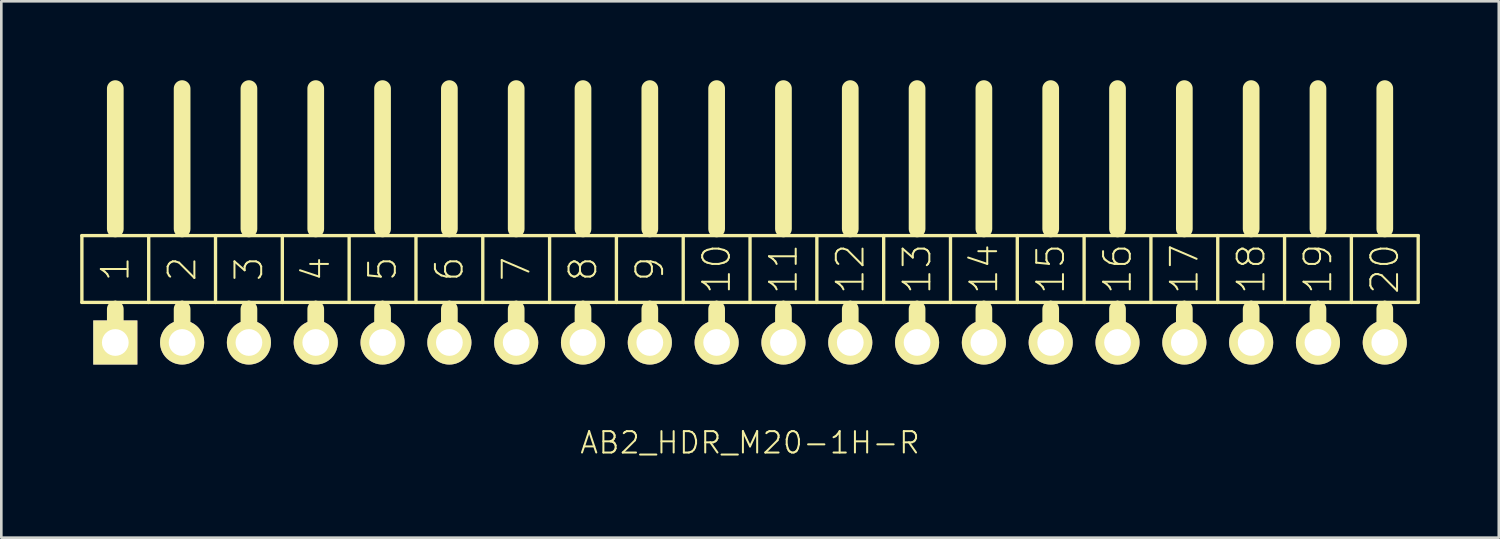
<source format=kicad_pcb>
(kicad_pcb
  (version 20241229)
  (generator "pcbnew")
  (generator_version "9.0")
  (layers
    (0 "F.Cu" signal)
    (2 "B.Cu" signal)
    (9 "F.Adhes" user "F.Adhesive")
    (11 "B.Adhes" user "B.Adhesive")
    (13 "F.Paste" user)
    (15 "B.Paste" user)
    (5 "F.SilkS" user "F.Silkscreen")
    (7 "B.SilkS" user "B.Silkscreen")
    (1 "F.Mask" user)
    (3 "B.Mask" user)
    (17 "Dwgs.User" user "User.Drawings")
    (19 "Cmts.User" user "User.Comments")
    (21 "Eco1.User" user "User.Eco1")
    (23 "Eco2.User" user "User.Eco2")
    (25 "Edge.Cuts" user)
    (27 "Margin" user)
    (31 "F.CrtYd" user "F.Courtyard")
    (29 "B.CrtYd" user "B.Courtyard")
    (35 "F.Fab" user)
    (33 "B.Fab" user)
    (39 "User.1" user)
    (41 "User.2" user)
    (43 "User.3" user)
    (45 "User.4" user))
  (footprint "AB2_HDR_M20-1H-R"
    (layer "F.Cu")
    (at 25.463 9.97)
    (property "Reference" "AB2_HDR_M20-1H-R" (at 0 3.81 0) (layer "F.SilkS") (effects (font (size 0.813 0.813) (thickness 0.076))))
    (attr through_hole)
    (fp_line (start -25.4 -4.064) (end -25.4 -1.524) (stroke (width 0.127) (type solid)) (layer "F.SilkS"))
    (fp_line (start -25.4 -1.524) (end -24.13 -1.524) (stroke (width 0.127) (type solid)) (layer "F.SilkS"))
    (fp_line (start -24.13 -4.318) (end -24.13 -9.652) (stroke (width 0.635) (type solid)) (layer "F.SilkS"))
    (fp_line (start -24.13 -1.524) (end -22.86 -1.524) (stroke (width 0.127) (type solid)) (layer "F.SilkS"))
    (fp_line (start -24.13 -1.27) (end -24.13 0) (stroke (width 0.635) (type solid)) (layer "F.SilkS"))
    (fp_line (start -22.86 -4.064) (end -25.4 -4.064) (stroke (width 0.127) (type solid)) (layer "F.SilkS"))
    (fp_line (start -22.86 -1.524) (end -22.86 -4.064) (stroke (width 0.127) (type solid)) (layer "F.SilkS"))
    (fp_line (start -22.86 -1.524) (end -21.59 -1.524) (stroke (width 0.127) (type solid)) (layer "F.SilkS"))
    (fp_line (start -21.59 -4.318) (end -21.59 -9.652) (stroke (width 0.635) (type solid)) (layer "F.SilkS"))
    (fp_line (start -21.59 -1.524) (end -20.32 -1.524) (stroke (width 0.127) (type solid)) (layer "F.SilkS"))
    (fp_line (start -21.59 -1.27) (end -21.59 0) (stroke (width 0.635) (type solid)) (layer "F.SilkS"))
    (fp_line (start -20.32 -4.064) (end -22.86 -4.064) (stroke (width 0.127) (type solid)) (layer "F.SilkS"))
    (fp_line (start -20.32 -1.524) (end -20.32 -4.064) (stroke (width 0.127) (type solid)) (layer "F.SilkS"))
    (fp_line (start -20.32 -1.524) (end -19.05 -1.524) (stroke (width 0.127) (type solid)) (layer "F.SilkS"))
    (fp_line (start -19.05 -4.318) (end -19.05 -9.652) (stroke (width 0.635) (type solid)) (layer "F.SilkS"))
    (fp_line (start -19.05 -1.524) (end -17.78 -1.524) (stroke (width 0.127) (type solid)) (layer "F.SilkS"))
    (fp_line (start -19.05 -1.27) (end -19.05 0) (stroke (width 0.635) (type solid)) (layer "F.SilkS"))
    (fp_line (start -17.78 -4.064) (end -20.32 -4.064) (stroke (width 0.127) (type solid)) (layer "F.SilkS"))
    (fp_line (start -17.78 -1.524) (end -17.78 -4.064) (stroke (width 0.127) (type solid)) (layer "F.SilkS"))
    (fp_line (start -17.78 -1.524) (end -16.51 -1.524) (stroke (width 0.127) (type solid)) (layer "F.SilkS"))
    (fp_line (start -16.51 -4.318) (end -16.51 -9.652) (stroke (width 0.635) (type solid)) (layer "F.SilkS"))
    (fp_line (start -16.51 -1.524) (end -15.24 -1.524) (stroke (width 0.127) (type solid)) (layer "F.SilkS"))
    (fp_line (start -16.51 -1.27) (end -16.51 0) (stroke (width 0.635) (type solid)) (layer "F.SilkS"))
    (fp_line (start -15.24 -4.064) (end -17.78 -4.064) (stroke (width 0.127) (type solid)) (layer "F.SilkS"))
    (fp_line (start -15.24 -1.524) (end -15.24 -4.064) (stroke (width 0.127) (type solid)) (layer "F.SilkS"))
    (fp_line (start -15.24 -1.524) (end -13.97 -1.524) (stroke (width 0.127) (type solid)) (layer "F.SilkS"))
    (fp_line (start -13.97 -4.318) (end -13.97 -9.652) (stroke (width 0.635) (type solid)) (layer "F.SilkS"))
    (fp_line (start -13.97 -1.524) (end -12.7 -1.524) (stroke (width 0.127) (type solid)) (layer "F.SilkS"))
    (fp_line (start -13.97 -1.27) (end -13.97 0) (stroke (width 0.635) (type solid)) (layer "F.SilkS"))
    (fp_line (start -12.7 -4.064) (end -15.24 -4.064) (stroke (width 0.127) (type solid)) (layer "F.SilkS"))
    (fp_line (start -12.7 -1.524) (end -12.7 -4.064) (stroke (width 0.127) (type solid)) (layer "F.SilkS"))
    (fp_line (start -12.7 -1.524) (end -11.43 -1.524) (stroke (width 0.127) (type solid)) (layer "F.SilkS"))
    (fp_line (start -11.43 -4.318) (end -11.43 -9.652) (stroke (width 0.635) (type solid)) (layer "F.SilkS"))
    (fp_line (start -11.43 -1.524) (end -10.16 -1.524) (stroke (width 0.127) (type solid)) (layer "F.SilkS"))
    (fp_line (start -11.43 -1.27) (end -11.43 0) (stroke (width 0.635) (type solid)) (layer "F.SilkS"))
    (fp_line (start -10.16 -4.064) (end -12.7 -4.064) (stroke (width 0.127) (type solid)) (layer "F.SilkS"))
    (fp_line (start -10.16 -1.524) (end -10.16 -4.064) (stroke (width 0.127) (type solid)) (layer "F.SilkS"))
    (fp_line (start -10.16 -1.524) (end -8.89 -1.524) (stroke (width 0.127) (type solid)) (layer "F.SilkS"))
    (fp_line (start -8.89 -4.318) (end -8.89 -9.652) (stroke (width 0.635) (type solid)) (layer "F.SilkS"))
    (fp_line (start -8.89 -1.524) (end -7.62 -1.524) (stroke (width 0.127) (type solid)) (layer "F.SilkS"))
    (fp_line (start -8.89 -1.27) (end -8.89 0) (stroke (width 0.635) (type solid)) (layer "F.SilkS"))
    (fp_line (start -7.62 -4.064) (end -10.16 -4.064) (stroke (width 0.127) (type solid)) (layer "F.SilkS"))
    (fp_line (start -7.62 -1.524) (end -7.62 -4.064) (stroke (width 0.127) (type solid)) (layer "F.SilkS"))
    (fp_line (start -7.62 -1.524) (end -6.35 -1.524) (stroke (width 0.127) (type solid)) (layer "F.SilkS"))
    (fp_line (start -6.35 -4.318) (end -6.35 -9.652) (stroke (width 0.635) (type solid)) (layer "F.SilkS"))
    (fp_line (start -6.35 -1.524) (end -5.08 -1.524) (stroke (width 0.127) (type solid)) (layer "F.SilkS"))
    (fp_line (start -6.35 -1.27) (end -6.35 0) (stroke (width 0.635) (type solid)) (layer "F.SilkS"))
    (fp_line (start -5.08 -4.064) (end -7.62 -4.064) (stroke (width 0.127) (type solid)) (layer "F.SilkS"))
    (fp_line (start -5.08 -1.524) (end -5.08 -4.064) (stroke (width 0.127) (type solid)) (layer "F.SilkS"))
    (fp_line (start -5.08 -1.524) (end -3.81 -1.524) (stroke (width 0.127) (type solid)) (layer "F.SilkS"))
    (fp_line (start -3.81 -4.318) (end -3.81 -9.652) (stroke (width 0.635) (type solid)) (layer "F.SilkS"))
    (fp_line (start -3.81 -1.524) (end -2.54 -1.524) (stroke (width 0.127) (type solid)) (layer "F.SilkS"))
    (fp_line (start -3.81 -1.27) (end -3.81 0) (stroke (width 0.635) (type solid)) (layer "F.SilkS"))
    (fp_line (start -2.54 -4.064) (end -5.08 -4.064) (stroke (width 0.127) (type solid)) (layer "F.SilkS"))
    (fp_line (start -2.54 -1.524) (end -2.54 -4.064) (stroke (width 0.127) (type solid)) (layer "F.SilkS"))
    (fp_line (start -2.54 -1.524) (end -1.27 -1.524) (stroke (width 0.127) (type solid)) (layer "F.SilkS"))
    (fp_line (start -1.27 -4.318) (end -1.27 -9.652) (stroke (width 0.635) (type solid)) (layer "F.SilkS"))
    (fp_line (start -1.27 -1.524) (end 0 -1.524) (stroke (width 0.127) (type solid)) (layer "F.SilkS"))
    (fp_line (start -1.27 -1.27) (end -1.27 0) (stroke (width 0.635) (type solid)) (layer "F.SilkS"))
    (fp_line (start 0 -4.064) (end -2.54 -4.064) (stroke (width 0.127) (type solid)) (layer "F.SilkS"))
    (fp_line (start 0 -1.524) (end 0 -4.064) (stroke (width 0.127) (type solid)) (layer "F.SilkS"))
    (fp_line (start 0 -1.524) (end 1.27 -1.524) (stroke (width 0.127) (type solid)) (layer "F.SilkS"))
    (fp_line (start 1.27 -4.318) (end 1.27 -9.652) (stroke (width 0.635) (type solid)) (layer "F.SilkS"))
    (fp_line (start 1.27 -1.524) (end 2.54 -1.524) (stroke (width 0.127) (type solid)) (layer "F.SilkS"))
    (fp_line (start 1.27 -1.27) (end 1.27 0) (stroke (width 0.635) (type solid)) (layer "F.SilkS"))
    (fp_line (start 2.54 -4.064) (end 0 -4.064) (stroke (width 0.127) (type solid)) (layer "F.SilkS"))
    (fp_line (start 2.54 -1.524) (end 2.54 -4.064) (stroke (width 0.127) (type solid)) (layer "F.SilkS"))
    (fp_line (start 2.54 -1.524) (end 3.81 -1.524) (stroke (width 0.127) (type solid)) (layer "F.SilkS"))
    (fp_line (start 3.81 -4.318) (end 3.81 -9.652) (stroke (width 0.635) (type solid)) (layer "F.SilkS"))
    (fp_line (start 3.81 -1.524) (end 5.08 -1.524) (stroke (width 0.127) (type solid)) (layer "F.SilkS"))
    (fp_line (start 3.81 -1.27) (end 3.81 0) (stroke (width 0.635) (type solid)) (layer "F.SilkS"))
    (fp_line (start 5.08 -4.064) (end 2.54 -4.064) (stroke (width 0.127) (type solid)) (layer "F.SilkS"))
    (fp_line (start 5.08 -1.524) (end 5.08 -4.064) (stroke (width 0.127) (type solid)) (layer "F.SilkS"))
    (fp_line (start 5.08 -1.524) (end 6.35 -1.524) (stroke (width 0.127) (type solid)) (layer "F.SilkS"))
    (fp_line (start 6.35 -4.318) (end 6.35 -9.652) (stroke (width 0.635) (type solid)) (layer "F.SilkS"))
    (fp_line (start 6.35 -1.524) (end 7.62 -1.524) (stroke (width 0.127) (type solid)) (layer "F.SilkS"))
    (fp_line (start 6.35 -1.27) (end 6.35 0) (stroke (width 0.635) (type solid)) (layer "F.SilkS"))
    (fp_line (start 7.62 -4.064) (end 5.08 -4.064) (stroke (width 0.127) (type solid)) (layer "F.SilkS"))
    (fp_line (start 7.62 -1.524) (end 7.62 -4.064) (stroke (width 0.127) (type solid)) (layer "F.SilkS"))
    (fp_line (start 7.62 -1.524) (end 8.89 -1.524) (stroke (width 0.127) (type solid)) (layer "F.SilkS"))
    (fp_line (start 8.89 -4.318) (end 8.89 -9.652) (stroke (width 0.635) (type solid)) (layer "F.SilkS"))
    (fp_line (start 8.89 -1.524) (end 10.16 -1.524) (stroke (width 0.127) (type solid)) (layer "F.SilkS"))
    (fp_line (start 8.89 -1.27) (end 8.89 0) (stroke (width 0.635) (type solid)) (layer "F.SilkS"))
    (fp_line (start 10.16 -4.064) (end 7.62 -4.064) (stroke (width 0.127) (type solid)) (layer "F.SilkS"))
    (fp_line (start 10.16 -1.524) (end 10.16 -4.064) (stroke (width 0.127) (type solid)) (layer "F.SilkS"))
    (fp_line (start 10.16 -1.524) (end 11.43 -1.524) (stroke (width 0.127) (type solid)) (layer "F.SilkS"))
    (fp_line (start 11.43 -4.318) (end 11.43 -9.652) (stroke (width 0.635) (type solid)) (layer "F.SilkS"))
    (fp_line (start 11.43 -1.524) (end 12.7 -1.524) (stroke (width 0.127) (type solid)) (layer "F.SilkS"))
    (fp_line (start 11.43 -1.27) (end 11.43 0) (stroke (width 0.635) (type solid)) (layer "F.SilkS"))
    (fp_line (start 12.7 -4.064) (end 10.16 -4.064) (stroke (width 0.127) (type solid)) (layer "F.SilkS"))
    (fp_line (start 12.7 -1.524) (end 12.7 -4.064) (stroke (width 0.127) (type solid)) (layer "F.SilkS"))
    (fp_line (start 12.7 -1.524) (end 13.97 -1.524) (stroke (width 0.127) (type solid)) (layer "F.SilkS"))
    (fp_line (start 13.97 -4.318) (end 13.97 -9.652) (stroke (width 0.635) (type solid)) (layer "F.SilkS"))
    (fp_line (start 13.97 -1.524) (end 15.24 -1.524) (stroke (width 0.127) (type solid)) (layer "F.SilkS"))
    (fp_line (start 13.97 -1.27) (end 13.97 0) (stroke (width 0.635) (type solid)) (layer "F.SilkS"))
    (fp_line (start 15.24 -4.064) (end 12.7 -4.064) (stroke (width 0.127) (type solid)) (layer "F.SilkS"))
    (fp_line (start 15.24 -1.524) (end 15.24 -4.064) (stroke (width 0.127) (type solid)) (layer "F.SilkS"))
    (fp_line (start 15.24 -1.524) (end 16.51 -1.524) (stroke (width 0.127) (type solid)) (layer "F.SilkS"))
    (fp_line (start 16.51 -4.318) (end 16.51 -9.652) (stroke (width 0.635) (type solid)) (layer "F.SilkS"))
    (fp_line (start 16.51 -1.524) (end 17.78 -1.524) (stroke (width 0.127) (type solid)) (layer "F.SilkS"))
    (fp_line (start 16.51 -1.27) (end 16.51 0) (stroke (width 0.635) (type solid)) (layer "F.SilkS"))
    (fp_line (start 17.78 -4.064) (end 15.24 -4.064) (stroke (width 0.127) (type solid)) (layer "F.SilkS"))
    (fp_line (start 17.78 -1.524) (end 17.78 -4.064) (stroke (width 0.127) (type solid)) (layer "F.SilkS"))
    (fp_line (start 17.78 -1.524) (end 19.05 -1.524) (stroke (width 0.127) (type solid)) (layer "F.SilkS"))
    (fp_line (start 19.05 -4.318) (end 19.05 -9.652) (stroke (width 0.635) (type solid)) (layer "F.SilkS"))
    (fp_line (start 19.05 -1.524) (end 20.32 -1.524) (stroke (width 0.127) (type solid)) (layer "F.SilkS"))
    (fp_line (start 19.05 -1.27) (end 19.05 0) (stroke (width 0.635) (type solid)) (layer "F.SilkS"))
    (fp_line (start 20.32 -4.064) (end 17.78 -4.064) (stroke (width 0.127) (type solid)) (layer "F.SilkS"))
    (fp_line (start 20.32 -1.524) (end 20.32 -4.064) (stroke (width 0.127) (type solid)) (layer "F.SilkS"))
    (fp_line (start 20.32 -1.524) (end 21.59 -1.524) (stroke (width 0.127) (type solid)) (layer "F.SilkS"))
    (fp_line (start 21.59 -4.318) (end 21.59 -9.652) (stroke (width 0.635) (type solid)) (layer "F.SilkS"))
    (fp_line (start 21.59 -1.524) (end 22.86 -1.524) (stroke (width 0.127) (type solid)) (layer "F.SilkS"))
    (fp_line (start 21.59 -1.27) (end 21.59 0) (stroke (width 0.635) (type solid)) (layer "F.SilkS"))
    (fp_line (start 22.86 -4.064) (end 20.32 -4.064) (stroke (width 0.127) (type solid)) (layer "F.SilkS"))
    (fp_line (start 22.86 -1.524) (end 22.86 -4.064) (stroke (width 0.127) (type solid)) (layer "F.SilkS"))
    (fp_line (start 22.86 -1.524) (end 24.13 -1.524) (stroke (width 0.127) (type solid)) (layer "F.SilkS"))
    (fp_line (start 24.13 -4.318) (end 24.13 -9.652) (stroke (width 0.635) (type solid)) (layer "F.SilkS"))
    (fp_line (start 24.13 -1.524) (end 25.4 -1.524) (stroke (width 0.127) (type solid)) (layer "F.SilkS"))
    (fp_line (start 24.13 -1.27) (end 24.13 0) (stroke (width 0.635) (type solid)) (layer "F.SilkS"))
    (fp_line (start 25.4 -4.064) (end 22.86 -4.064) (stroke (width 0.127) (type solid)) (layer "F.SilkS"))
    (fp_line (start 25.4 -1.524) (end 25.4 -4.064) (stroke (width 0.127) (type solid)) (layer "F.SilkS"))
    (fp_text user "19" (at 21.59 -2.794 90) (layer "F.SilkS") (effects (font (size 1.016 1.016) (thickness 0.076))))
    (fp_text user "6" (at -11.43 -2.794 90) (layer "F.SilkS") (effects (font (size 1.016 1.016) (thickness 0.076))))
    (fp_text user "9" (at -3.81 -2.794 90) (layer "F.SilkS") (effects (font (size 1.016 1.016) (thickness 0.076))))
    (fp_text user "1" (at -24.13 -2.794 270) (layer "F.SilkS") (effects (font (size 1.016 1.016) (thickness 0.076))))
    (fp_text user "2" (at -21.59 -2.794 90) (layer "F.SilkS") (effects (font (size 1.016 1.016) (thickness 0.076))))
    (fp_text user "8" (at -6.35 -2.794 90) (layer "F.SilkS") (effects (font (size 1.016 1.016) (thickness 0.076))))
    (fp_text user "5" (at -13.97 -2.794 90) (layer "F.SilkS") (effects (font (size 1.016 1.016) (thickness 0.076))))
    (fp_text user "11" (at 1.27 -2.794 90) (layer "F.SilkS") (effects (font (size 1.016 1.016) (thickness 0.076))))
    (fp_text user "14" (at 8.89 -2.794 90) (layer "F.SilkS") (effects (font (size 1.016 1.016) (thickness 0.076))))
    (fp_text user "10" (at -1.27 -2.794 90) (layer "F.SilkS") (effects (font (size 1.016 1.016) (thickness 0.076))))
    (fp_text user "13" (at 6.35 -2.794 90) (layer "F.SilkS") (effects (font (size 1.016 1.016) (thickness 0.076))))
    (fp_text user "4" (at -16.51 -2.794 90) (layer "F.SilkS") (effects (font (size 1.016 1.016) (thickness 0.076))))
    (fp_text user "12" (at 3.81 -2.794 90) (layer "F.SilkS") (effects (font (size 1.016 1.016) (thickness 0.076))))
    (fp_text user "7" (at -8.89 -2.794 90) (layer "F.SilkS") (effects (font (size 1.016 1.016) (thickness 0.076))))
    (fp_text user "18" (at 19.05 -2.794 90) (layer "F.SilkS") (effects (font (size 1.016 1.016) (thickness 0.076))))
    (fp_text user "20" (at 24.13 -2.794 90) (layer "F.SilkS") (effects (font (size 1.016 1.016) (thickness 0.076))))
    (fp_text user "16" (at 13.97 -2.794 90) (layer "F.SilkS") (effects (font (size 1.016 1.016) (thickness 0.076))))
    (fp_text user "3" (at -19.05 -2.794 90) (layer "F.SilkS") (effects (font (size 1.016 1.016) (thickness 0.076))))
    (fp_text user "15" (at 11.43 -2.794 90) (layer "F.SilkS") (effects (font (size 1.016 1.016) (thickness 0.076))))
    (fp_text user "17" (at 16.51 -2.794 90) (layer "F.SilkS") (effects (font (size 1.016 1.016) (thickness 0.076))))
    (pad "1" thru_hole rect (at -24.13 0) (size 1.676 1.676) (drill 1.016) (layers "*.Cu" "*.Mask" "F.SilkS"))
    (pad "2" thru_hole circle (at -21.59 0) (size 1.676 1.676) (drill 1.016) (layers "*.Cu" "*.Mask" "F.SilkS"))
    (pad "3" thru_hole circle (at -19.05 0) (size 1.676 1.676) (drill 1.016) (layers "*.Cu" "*.Mask" "F.SilkS"))
    (pad "4" thru_hole circle (at -16.51 0) (size 1.676 1.676) (drill 1.016) (layers "*.Cu" "*.Mask" "F.SilkS"))
    (pad "5" thru_hole circle (at -13.97 0) (size 1.676 1.676) (drill 1.016) (layers "*.Cu" "*.Mask" "F.SilkS"))
    (pad "6" thru_hole circle (at -11.43 0) (size 1.676 1.676) (drill 1.016) (layers "*.Cu" "*.Mask" "F.SilkS"))
    (pad "7" thru_hole circle (at -8.89 0) (size 1.676 1.676) (drill 1.016) (layers "*.Cu" "*.Mask" "F.SilkS"))
    (pad "8" thru_hole circle (at -6.35 0) (size 1.676 1.676) (drill 1.016) (layers "*.Cu" "*.Mask" "F.SilkS"))
    (pad "9" thru_hole circle (at -3.81 0) (size 1.676 1.676) (drill 1.016) (layers "*.Cu" "*.Mask" "F.SilkS"))
    (pad "10" thru_hole circle (at -1.27 0) (size 1.676 1.676) (drill 1.016) (layers "*.Cu" "*.Mask" "F.SilkS"))
    (pad "11" thru_hole circle (at 1.27 0) (size 1.676 1.676) (drill 1.016) (layers "*.Cu" "*.Mask" "F.SilkS"))
    (pad "12" thru_hole circle (at 3.81 0) (size 1.676 1.676) (drill 1.016) (layers "*.Cu" "*.Mask" "F.SilkS"))
    (pad "13" thru_hole circle (at 6.35 0) (size 1.676 1.676) (drill 1.016) (layers "*.Cu" "*.Mask" "F.SilkS"))
    (pad "14" thru_hole circle (at 8.89 0) (size 1.676 1.676) (drill 1.016) (layers "*.Cu" "*.Mask" "F.SilkS"))
    (pad "15" thru_hole circle (at 11.43 0) (size 1.676 1.676) (drill 1.016) (layers "*.Cu" "*.Mask" "F.SilkS"))
    (pad "16" thru_hole circle (at 13.97 0) (size 1.676 1.676) (drill 1.016) (layers "*.Cu" "*.Mask" "F.SilkS"))
    (pad "17" thru_hole circle (at 16.51 0) (size 1.676 1.676) (drill 1.016) (layers "*.Cu" "*.Mask" "F.SilkS"))
    (pad "18" thru_hole circle (at 19.05 0) (size 1.676 1.676) (drill 1.016) (layers "*.Cu" "*.Mask" "F.SilkS"))
    (pad "19" thru_hole circle (at 21.59 0) (size 1.676 1.676) (drill 1.016) (layers "*.Cu" "*.Mask" "F.SilkS"))
    (pad "20" thru_hole circle (at 24.13 0) (size 1.676 1.676) (drill 1.016) (layers "*.Cu" "*.Mask" "F.SilkS")))
  (gr_rect
    (start -3 -3)
    (end 53.927 17.389)
    (stroke (width 0.1) (type default))
    (fill no)
    (layer "Edge.Cuts")))
</source>
